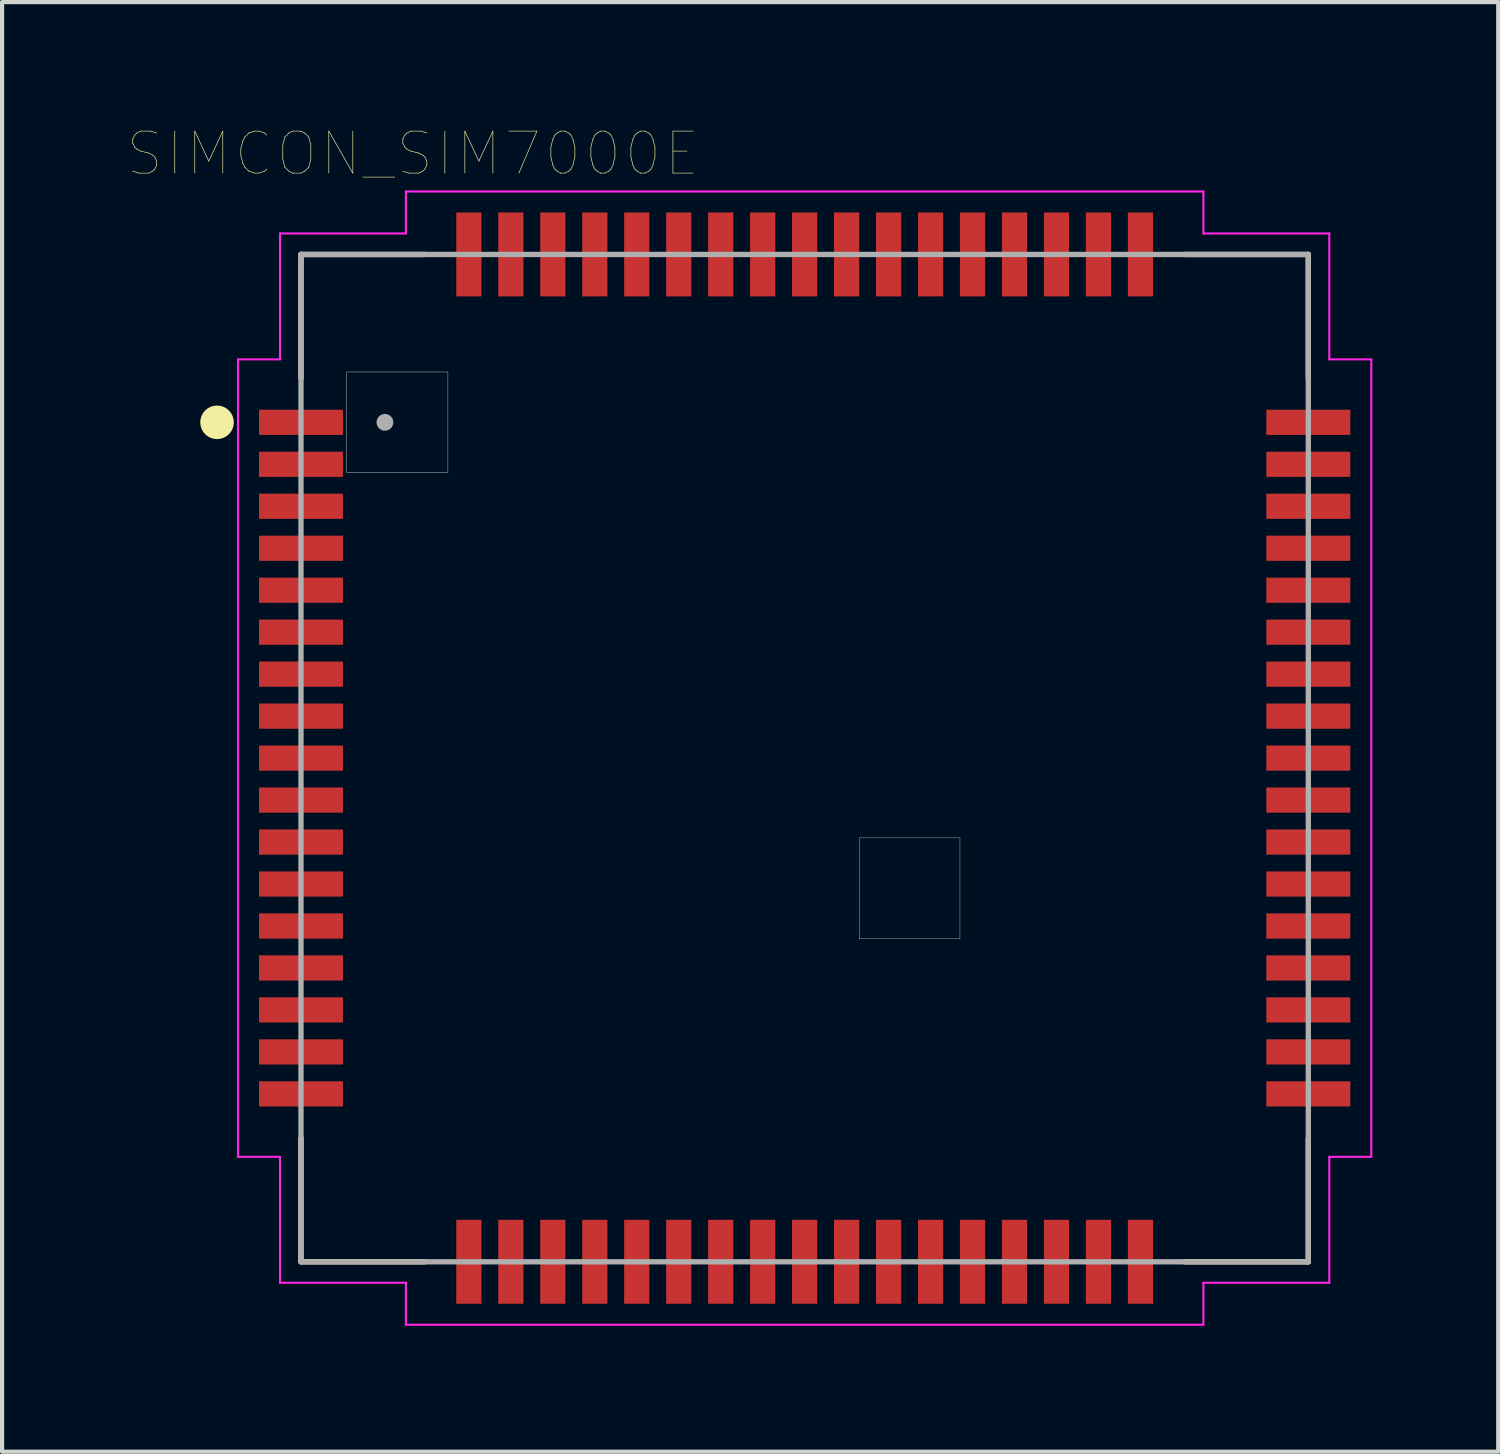
<source format=kicad_pcb>
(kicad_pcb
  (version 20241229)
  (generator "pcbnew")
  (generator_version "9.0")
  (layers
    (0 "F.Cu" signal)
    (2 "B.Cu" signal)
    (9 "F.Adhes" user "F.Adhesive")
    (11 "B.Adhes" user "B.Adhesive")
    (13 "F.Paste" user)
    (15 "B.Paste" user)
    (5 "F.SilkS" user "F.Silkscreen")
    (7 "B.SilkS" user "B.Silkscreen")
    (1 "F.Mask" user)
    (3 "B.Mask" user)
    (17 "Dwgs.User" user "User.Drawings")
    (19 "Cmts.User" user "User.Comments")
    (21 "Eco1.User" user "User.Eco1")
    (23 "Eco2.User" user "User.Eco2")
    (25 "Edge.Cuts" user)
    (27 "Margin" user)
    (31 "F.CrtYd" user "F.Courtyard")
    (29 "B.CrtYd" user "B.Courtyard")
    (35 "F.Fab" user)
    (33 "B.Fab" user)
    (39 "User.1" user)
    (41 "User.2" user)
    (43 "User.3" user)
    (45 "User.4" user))
  (footprint "SIMCON_SIM7000E"
    (layer "F.Cu")
    (at 16.121 15.012)
    (property "Reference" "SIMCON_SIM7000E" (at -9.335 -14.4 0) (layer "F.SilkS") (effects (font (size 1.001 1.001) (thickness 0.015))))
    (attr through_hole)
    (fp_line (start -12 -12) (end -9.05 -12) (stroke (width 0.127) (type solid)) (layer "F.SilkS"))
    (fp_line (start -12 -9.05) (end -12 -12) (stroke (width 0.127) (type solid)) (layer "F.SilkS"))
    (fp_line (start -12 9.05) (end -12 12) (stroke (width 0.127) (type solid)) (layer "F.SilkS"))
    (fp_line (start -12 12) (end -9.05 12) (stroke (width 0.127) (type solid)) (layer "F.SilkS"))
    (fp_line (start 9.05 -12) (end 12 -12) (stroke (width 0.127) (type solid)) (layer "F.SilkS"))
    (fp_line (start 12 -12) (end 12 -9.05) (stroke (width 0.127) (type solid)) (layer "F.SilkS"))
    (fp_line (start 12 9.05) (end 12 12) (stroke (width 0.127) (type solid)) (layer "F.SilkS"))
    (fp_line (start 12 12) (end 9.05 12) (stroke (width 0.127) (type solid)) (layer "F.SilkS"))
    (fp_circle (center -14 -8) (end -13.8 -8) (stroke (width 0.4) (type solid)) (fill no) (layer "F.SilkS"))
    (fp_poly (pts (xy -10.91 -9.2) (xy -8.5 -9.2) (xy -8.5 -6.806) (xy -10.91 -6.806)) (stroke (width 0.01) (type solid)) (fill no) (layer "Dwgs.User"))
    (fp_poly (pts (xy 1.301 1.9) (xy 3.7 1.9) (xy 3.7 4.305) (xy 1.301 4.305)) (stroke (width 0.01) (type solid)) (fill no) (layer "Dwgs.User"))
    (fp_line (start -13.5 -9.5) (end -12.5 -9.5) (stroke (width 0.05) (type solid)) (layer "F.CrtYd"))
    (fp_line (start -13.5 9.5) (end -13.5 -9.5) (stroke (width 0.05) (type solid)) (layer "F.CrtYd"))
    (fp_line (start -12.5 -12.5) (end -9.5 -12.5) (stroke (width 0.05) (type solid)) (layer "F.CrtYd"))
    (fp_line (start -12.5 -9.5) (end -12.5 -12.5) (stroke (width 0.05) (type solid)) (layer "F.CrtYd"))
    (fp_line (start -12.5 9.5) (end -13.5 9.5) (stroke (width 0.05) (type solid)) (layer "F.CrtYd"))
    (fp_line (start -12.5 12.5) (end -12.5 9.5) (stroke (width 0.05) (type solid)) (layer "F.CrtYd"))
    (fp_line (start -9.5 -13.5) (end 9.5 -13.5) (stroke (width 0.05) (type solid)) (layer "F.CrtYd"))
    (fp_line (start -9.5 -12.5) (end -9.5 -13.5) (stroke (width 0.05) (type solid)) (layer "F.CrtYd"))
    (fp_line (start -9.5 12.5) (end -12.5 12.5) (stroke (width 0.05) (type solid)) (layer "F.CrtYd"))
    (fp_line (start -9.5 13.5) (end -9.5 12.5) (stroke (width 0.05) (type solid)) (layer "F.CrtYd"))
    (fp_line (start 9.5 -13.5) (end 9.5 -12.5) (stroke (width 0.05) (type solid)) (layer "F.CrtYd"))
    (fp_line (start 9.5 -12.5) (end 12.5 -12.5) (stroke (width 0.05) (type solid)) (layer "F.CrtYd"))
    (fp_line (start 9.5 12.5) (end 9.5 13.5) (stroke (width 0.05) (type solid)) (layer "F.CrtYd"))
    (fp_line (start 9.5 13.5) (end -9.5 13.5) (stroke (width 0.05) (type solid)) (layer "F.CrtYd"))
    (fp_line (start 12.5 -12.5) (end 12.5 -9.5) (stroke (width 0.05) (type solid)) (layer "F.CrtYd"))
    (fp_line (start 12.5 -9.5) (end 13.5 -9.5) (stroke (width 0.05) (type solid)) (layer "F.CrtYd"))
    (fp_line (start 12.5 9.5) (end 12.5 12.5) (stroke (width 0.05) (type solid)) (layer "F.CrtYd"))
    (fp_line (start 12.5 12.5) (end 9.5 12.5) (stroke (width 0.05) (type solid)) (layer "F.CrtYd"))
    (fp_line (start 13.5 -9.5) (end 13.5 9.5) (stroke (width 0.05) (type solid)) (layer "F.CrtYd"))
    (fp_line (start 13.5 9.5) (end 12.5 9.5) (stroke (width 0.05) (type solid)) (layer "F.CrtYd"))
    (fp_line (start -12 -12) (end 12 -12) (stroke (width 0.127) (type solid)) (layer "F.Fab"))
    (fp_line (start -12 12) (end -12 -12) (stroke (width 0.127) (type solid)) (layer "F.Fab"))
    (fp_line (start 12 -12) (end 12 12) (stroke (width 0.127) (type solid)) (layer "F.Fab"))
    (fp_line (start 12 12) (end -12 12) (stroke (width 0.127) (type solid)) (layer "F.Fab"))
    (fp_circle (center -10 -8) (end -9.9 -8) (stroke (width 0.2) (type solid)) (fill no) (layer "F.Fab"))
    (pad "1" smd rect (at -12 -8) (size 2 0.6) (layers "F.Cu" "F.Mask" "F.Paste"))
    (pad "2" smd rect (at -12 -7) (size 2 0.6) (layers "F.Cu" "F.Mask" "F.Paste"))
    (pad "3" smd rect (at -12 -6) (size 2 0.6) (layers "F.Cu" "F.Mask" "F.Paste"))
    (pad "4" smd rect (at -12 -5) (size 2 0.6) (layers "F.Cu" "F.Mask" "F.Paste"))
    (pad "5" smd rect (at -12 -4) (size 2 0.6) (layers "F.Cu" "F.Mask" "F.Paste"))
    (pad "6" smd rect (at -12 -3) (size 2 0.6) (layers "F.Cu" "F.Mask" "F.Paste"))
    (pad "7" smd rect (at -12 -2) (size 2 0.6) (layers "F.Cu" "F.Mask" "F.Paste"))
    (pad "8" smd rect (at -12 -1) (size 2 0.6) (layers "F.Cu" "F.Mask" "F.Paste"))
    (pad "9" smd rect (at -12 0) (size 2 0.6) (layers "F.Cu" "F.Mask" "F.Paste"))
    (pad "10" smd rect (at -12 1) (size 2 0.6) (layers "F.Cu" "F.Mask" "F.Paste"))
    (pad "11" smd rect (at -12 2) (size 2 0.6) (layers "F.Cu" "F.Mask" "F.Paste"))
    (pad "12" smd rect (at -12 3) (size 2 0.6) (layers "F.Cu" "F.Mask" "F.Paste"))
    (pad "13" smd rect (at -12 4) (size 2 0.6) (layers "F.Cu" "F.Mask" "F.Paste"))
    (pad "14" smd rect (at -12 5) (size 2 0.6) (layers "F.Cu" "F.Mask" "F.Paste"))
    (pad "15" smd rect (at -12 6) (size 2 0.6) (layers "F.Cu" "F.Mask" "F.Paste"))
    (pad "16" smd rect (at -12 7) (size 2 0.6) (layers "F.Cu" "F.Mask" "F.Paste"))
    (pad "17" smd rect (at -12 8) (size 2 0.6) (layers "F.Cu" "F.Mask" "F.Paste"))
    (pad "18" smd rect (at -8 12) (size 0.6 2) (layers "F.Cu" "F.Mask" "F.Paste"))
    (pad "19" smd rect (at -7 12) (size 0.6 2) (layers "F.Cu" "F.Mask" "F.Paste"))
    (pad "20" smd rect (at -6 12) (size 0.6 2) (layers "F.Cu" "F.Mask" "F.Paste"))
    (pad "21" smd rect (at -5 12) (size 0.6 2) (layers "F.Cu" "F.Mask" "F.Paste"))
    (pad "22" smd rect (at -4 12) (size 0.6 2) (layers "F.Cu" "F.Mask" "F.Paste"))
    (pad "23" smd rect (at -3 12) (size 0.6 2) (layers "F.Cu" "F.Mask" "F.Paste"))
    (pad "24" smd rect (at -2 12) (size 0.6 2) (layers "F.Cu" "F.Mask" "F.Paste"))
    (pad "25" smd rect (at -1 12) (size 0.6 2) (layers "F.Cu" "F.Mask" "F.Paste"))
    (pad "26" smd rect (at 0 12) (size 0.6 2) (layers "F.Cu" "F.Mask" "F.Paste"))
    (pad "27" smd rect (at 1 12) (size 0.6 2) (layers "F.Cu" "F.Mask" "F.Paste"))
    (pad "28" smd rect (at 2 12) (size 0.6 2) (layers "F.Cu" "F.Mask" "F.Paste"))
    (pad "29" smd rect (at 3 12) (size 0.6 2) (layers "F.Cu" "F.Mask" "F.Paste"))
    (pad "30" smd rect (at 4 12) (size 0.6 2) (layers "F.Cu" "F.Mask" "F.Paste"))
    (pad "31" smd rect (at 5 12) (size 0.6 2) (layers "F.Cu" "F.Mask" "F.Paste"))
    (pad "32" smd rect (at 6 12) (size 0.6 2) (layers "F.Cu" "F.Mask" "F.Paste"))
    (pad "33" smd rect (at 7 12) (size 0.6 2) (layers "F.Cu" "F.Mask" "F.Paste"))
    (pad "34" smd rect (at 8 12) (size 0.6 2) (layers "F.Cu" "F.Mask" "F.Paste"))
    (pad "35" smd rect (at 12 8) (size 2 0.6) (layers "F.Cu" "F.Mask" "F.Paste"))
    (pad "36" smd rect (at 12 7) (size 2 0.6) (layers "F.Cu" "F.Mask" "F.Paste"))
    (pad "37" smd rect (at 12 6) (size 2 0.6) (layers "F.Cu" "F.Mask" "F.Paste"))
    (pad "38" smd rect (at 12 5) (size 2 0.6) (layers "F.Cu" "F.Mask" "F.Paste"))
    (pad "39" smd rect (at 12 4) (size 2 0.6) (layers "F.Cu" "F.Mask" "F.Paste"))
    (pad "40" smd rect (at 12 3) (size 2 0.6) (layers "F.Cu" "F.Mask" "F.Paste"))
    (pad "41" smd rect (at 12 2) (size 2 0.6) (layers "F.Cu" "F.Mask" "F.Paste"))
    (pad "42" smd rect (at 12 1) (size 2 0.6) (layers "F.Cu" "F.Mask" "F.Paste"))
    (pad "43" smd rect (at 12 0) (size 2 0.6) (layers "F.Cu" "F.Mask" "F.Paste"))
    (pad "44" smd rect (at 12 -1) (size 2 0.6) (layers "F.Cu" "F.Mask" "F.Paste"))
    (pad "45" smd rect (at 12 -2) (size 2 0.6) (layers "F.Cu" "F.Mask" "F.Paste"))
    (pad "46" smd rect (at 12 -3) (size 2 0.6) (layers "F.Cu" "F.Mask" "F.Paste"))
    (pad "47" smd rect (at 12 -4) (size 2 0.6) (layers "F.Cu" "F.Mask" "F.Paste"))
    (pad "48" smd rect (at 12 -5) (size 2 0.6) (layers "F.Cu" "F.Mask" "F.Paste"))
    (pad "49" smd rect (at 12 -6) (size 2 0.6) (layers "F.Cu" "F.Mask" "F.Paste"))
    (pad "50" smd rect (at 12 -7) (size 2 0.6) (layers "F.Cu" "F.Mask" "F.Paste"))
    (pad "51" smd rect (at 12 -8) (size 2 0.6) (layers "F.Cu" "F.Mask" "F.Paste"))
    (pad "52" smd rect (at 8 -12) (size 0.6 2) (layers "F.Cu" "F.Mask" "F.Paste"))
    (pad "53" smd rect (at 7 -12) (size 0.6 2) (layers "F.Cu" "F.Mask" "F.Paste"))
    (pad "54" smd rect (at 6 -12) (size 0.6 2) (layers "F.Cu" "F.Mask" "F.Paste"))
    (pad "55" smd rect (at 5 -12) (size 0.6 2) (layers "F.Cu" "F.Mask" "F.Paste"))
    (pad "56" smd rect (at 4 -12) (size 0.6 2) (layers "F.Cu" "F.Mask" "F.Paste"))
    (pad "57" smd rect (at 3 -12) (size 0.6 2) (layers "F.Cu" "F.Mask" "F.Paste"))
    (pad "58" smd rect (at 2 -12) (size 0.6 2) (layers "F.Cu" "F.Mask" "F.Paste"))
    (pad "59" smd rect (at 1 -12) (size 0.6 2) (layers "F.Cu" "F.Mask" "F.Paste"))
    (pad "60" smd rect (at 0 -12) (size 0.6 2) (layers "F.Cu" "F.Mask" "F.Paste"))
    (pad "61" smd rect (at -1 -12) (size 0.6 2) (layers "F.Cu" "F.Mask" "F.Paste"))
    (pad "62" smd rect (at -2 -12) (size 0.6 2) (layers "F.Cu" "F.Mask" "F.Paste"))
    (pad "63" smd rect (at -3 -12) (size 0.6 2) (layers "F.Cu" "F.Mask" "F.Paste"))
    (pad "64" smd rect (at -4 -12) (size 0.6 2) (layers "F.Cu" "F.Mask" "F.Paste"))
    (pad "65" smd rect (at -5 -12) (size 0.6 2) (layers "F.Cu" "F.Mask" "F.Paste"))
    (pad "66" smd rect (at -6 -12) (size 0.6 2) (layers "F.Cu" "F.Mask" "F.Paste"))
    (pad "67" smd rect (at -7 -12) (size 0.6 2) (layers "F.Cu" "F.Mask" "F.Paste"))
    (pad "68" smd rect (at -8 -12) (size 0.6 2) (layers "F.Cu" "F.Mask" "F.Paste")))
  (gr_rect
    (start -3 -3)
    (end 32.646 31.537)
    (stroke (width 0.1) (type default))
    (fill no)
    (layer "Edge.Cuts")))
</source>
